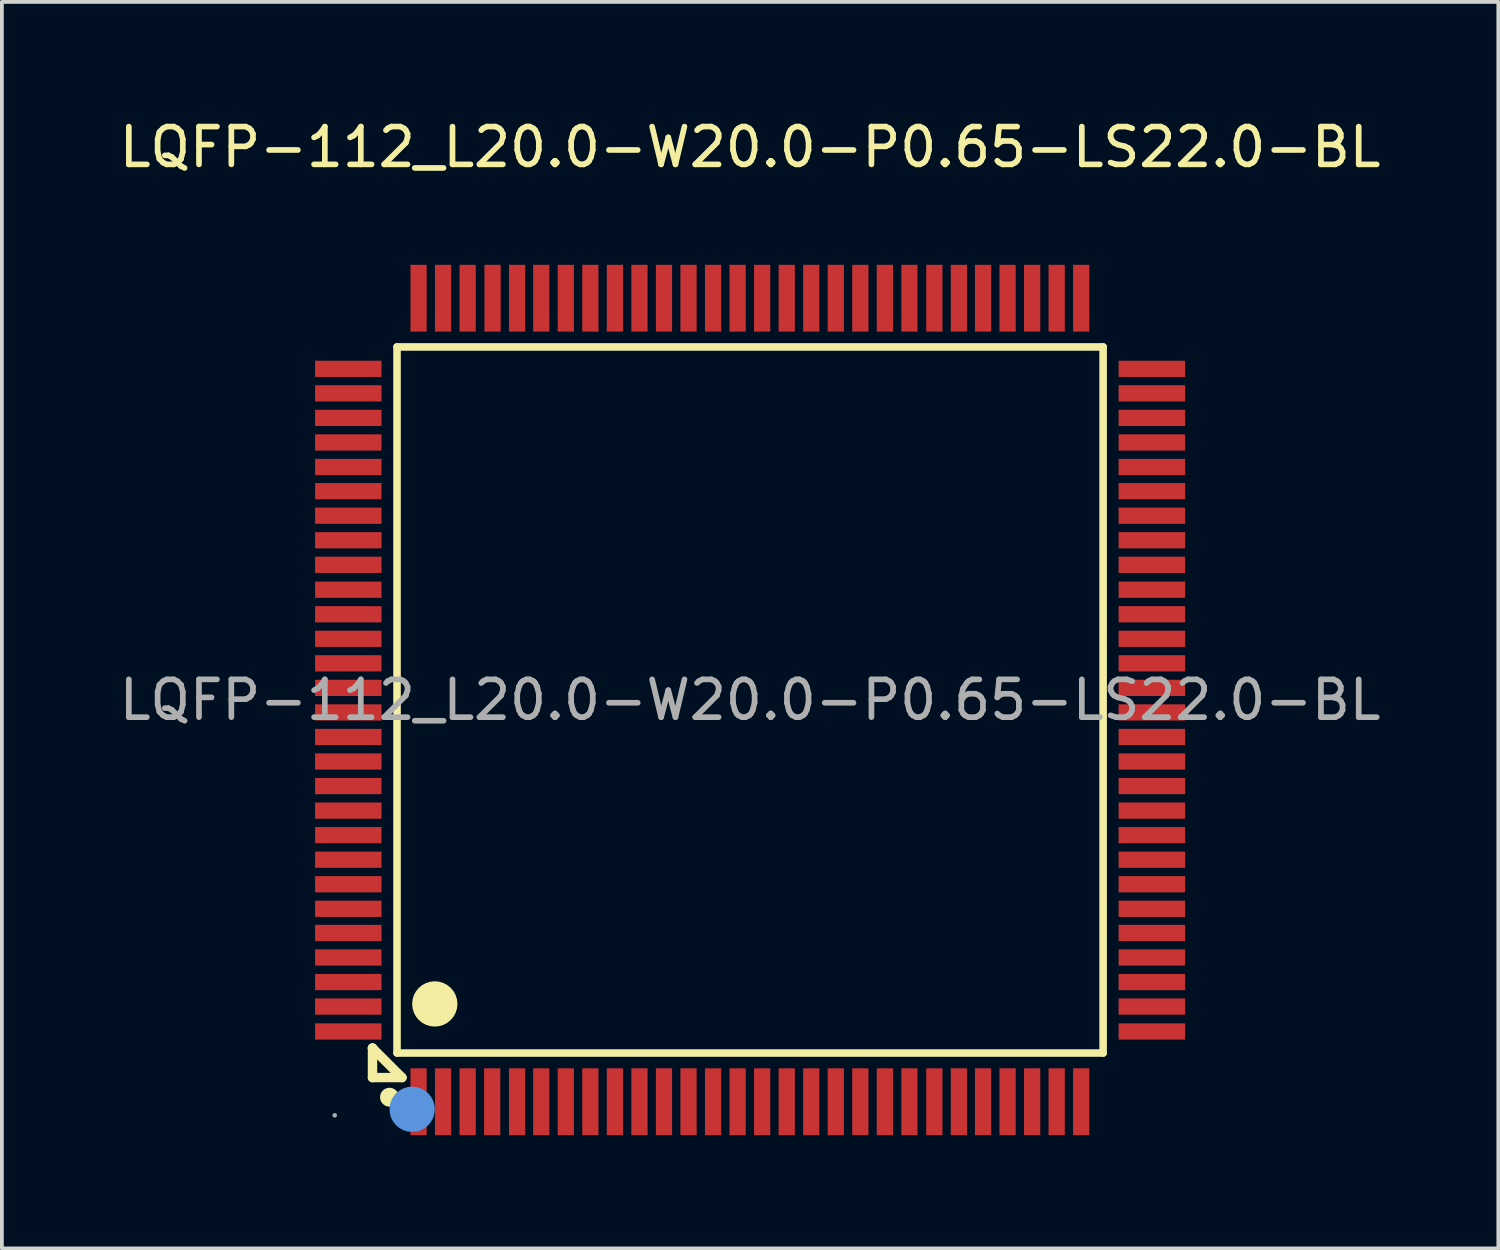
<source format=kicad_pcb>
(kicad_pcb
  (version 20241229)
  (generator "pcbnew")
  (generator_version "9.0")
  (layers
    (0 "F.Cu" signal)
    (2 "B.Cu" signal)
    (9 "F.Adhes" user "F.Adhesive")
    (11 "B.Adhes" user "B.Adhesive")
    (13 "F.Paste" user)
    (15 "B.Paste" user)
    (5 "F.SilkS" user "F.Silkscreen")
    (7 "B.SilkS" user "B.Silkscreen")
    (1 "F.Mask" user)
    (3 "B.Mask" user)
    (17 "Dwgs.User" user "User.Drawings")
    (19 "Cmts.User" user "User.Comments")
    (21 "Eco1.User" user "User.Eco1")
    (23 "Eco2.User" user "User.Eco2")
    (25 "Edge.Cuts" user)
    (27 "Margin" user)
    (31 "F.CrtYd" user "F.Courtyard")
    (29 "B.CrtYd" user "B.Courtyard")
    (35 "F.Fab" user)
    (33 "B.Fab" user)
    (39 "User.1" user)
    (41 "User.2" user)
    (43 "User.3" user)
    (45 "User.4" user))
  (footprint "LQFP-112_L20.0-W20.0-P0.65-LS22.0-BL"
    (layer "F.Cu")
    (at 16.815 15.488)
    (property "Reference" "LQFP-112_L20.0-W20.0-P0.65-LS22.0-BL" (at 0 -14.64 0) (layer "F.SilkS") (effects (font (size 1 1) (thickness 0.15))))
    (attr through_hole)
    (fp_line (start -10 9.22) (end -10 9.22) (stroke (width 0.25) (type solid)) (layer "F.SilkS"))
    (fp_line (start -10 9.22) (end -10 10) (stroke (width 0.25) (type solid)) (layer "F.SilkS"))
    (fp_line (start -10 9.22) (end -9.22 10) (stroke (width 0.25) (type solid)) (layer "F.SilkS"))
    (fp_line (start -10 10) (end -9.22 10) (stroke (width 0.25) (type solid)) (layer "F.SilkS"))
    (fp_line (start -9.35 -9.35) (end -9.35 9.35) (stroke (width 0.2) (type solid)) (layer "F.SilkS"))
    (fp_line (start -9.35 9.35) (end 9.35 9.35) (stroke (width 0.2) (type solid)) (layer "F.SilkS"))
    (fp_line (start 9.35 -9.35) (end -9.35 -9.35) (stroke (width 0.2) (type solid)) (layer "F.SilkS"))
    (fp_line (start 9.35 9.35) (end 9.35 -9.35) (stroke (width 0.2) (type solid)) (layer "F.SilkS"))
    (fp_arc (start -9.55 10.52) (mid -9.55 10.52) (end -9.55 10.52) (stroke (width 0.25) (type solid)) (layer "F.SilkS"))
    (fp_arc (start -8.35 8.05) (mid -8.35 8.05) (end -8.35 8.05) (stroke (width 0.6) (type solid)) (layer "F.SilkS"))
    (fp_circle (center -8.95 10.84) (end -8.65 10.84) (stroke (width 0.6) (type solid)) (fill no) (layer "Cmts.User"))
    (fp_circle (center -11 11) (end -10.97 11) (stroke (width 0.06) (type solid)) (fill no) (layer "F.Fab"))
    (fp_text user "${REFERENCE}" (at 0 0 0) (layer "F.Fab") (effects (font (size 1 1) (thickness 0.15))))
    (pad "1" smd rect (at -8.78 10.64) (size 0.43 1.77) (layers "F.Cu" "F.Mask" "F.Paste"))
    (pad "2" smd rect (at -8.13 10.64) (size 0.43 1.77) (layers "F.Cu" "F.Mask" "F.Paste"))
    (pad "3" smd rect (at -7.48 10.64) (size 0.43 1.77) (layers "F.Cu" "F.Mask" "F.Paste"))
    (pad "4" smd rect (at -6.83 10.64) (size 0.43 1.77) (layers "F.Cu" "F.Mask" "F.Paste"))
    (pad "5" smd rect (at -6.17 10.64) (size 0.43 1.77) (layers "F.Cu" "F.Mask" "F.Paste"))
    (pad "6" smd rect (at -5.53 10.64) (size 0.43 1.77) (layers "F.Cu" "F.Mask" "F.Paste"))
    (pad "7" smd rect (at -4.88 10.64) (size 0.43 1.77) (layers "F.Cu" "F.Mask" "F.Paste"))
    (pad "8" smd rect (at -4.23 10.64) (size 0.43 1.77) (layers "F.Cu" "F.Mask" "F.Paste"))
    (pad "9" smd rect (at -3.58 10.64) (size 0.43 1.77) (layers "F.Cu" "F.Mask" "F.Paste"))
    (pad "10" smd rect (at -2.93 10.64) (size 0.43 1.77) (layers "F.Cu" "F.Mask" "F.Paste"))
    (pad "11" smd rect (at -2.28 10.64) (size 0.43 1.77) (layers "F.Cu" "F.Mask" "F.Paste"))
    (pad "12" smd rect (at -1.63 10.64) (size 0.43 1.77) (layers "F.Cu" "F.Mask" "F.Paste"))
    (pad "13" smd rect (at -0.98 10.64) (size 0.43 1.77) (layers "F.Cu" "F.Mask" "F.Paste"))
    (pad "14" smd rect (at -0.33 10.64) (size 0.43 1.77) (layers "F.Cu" "F.Mask" "F.Paste"))
    (pad "15" smd rect (at 0.32 10.64) (size 0.43 1.77) (layers "F.Cu" "F.Mask" "F.Paste"))
    (pad "16" smd rect (at 0.97 10.64) (size 0.43 1.77) (layers "F.Cu" "F.Mask" "F.Paste"))
    (pad "17" smd rect (at 1.62 10.64) (size 0.43 1.77) (layers "F.Cu" "F.Mask" "F.Paste"))
    (pad "18" smd rect (at 2.27 10.64) (size 0.43 1.77) (layers "F.Cu" "F.Mask" "F.Paste"))
    (pad "19" smd rect (at 2.92 10.64) (size 0.43 1.77) (layers "F.Cu" "F.Mask" "F.Paste"))
    (pad "20" smd rect (at 3.57 10.64) (size 0.43 1.77) (layers "F.Cu" "F.Mask" "F.Paste"))
    (pad "21" smd rect (at 4.22 10.64) (size 0.43 1.77) (layers "F.Cu" "F.Mask" "F.Paste"))
    (pad "22" smd rect (at 4.88 10.64) (size 0.43 1.77) (layers "F.Cu" "F.Mask" "F.Paste"))
    (pad "23" smd rect (at 5.53 10.64) (size 0.43 1.77) (layers "F.Cu" "F.Mask" "F.Paste"))
    (pad "24" smd rect (at 6.17 10.64) (size 0.43 1.77) (layers "F.Cu" "F.Mask" "F.Paste"))
    (pad "25" smd rect (at 6.82 10.64) (size 0.43 1.77) (layers "F.Cu" "F.Mask" "F.Paste"))
    (pad "26" smd rect (at 7.47 10.64) (size 0.43 1.77) (layers "F.Cu" "F.Mask" "F.Paste"))
    (pad "27" smd rect (at 8.12 10.64) (size 0.43 1.77) (layers "F.Cu" "F.Mask" "F.Paste"))
    (pad "28" smd rect (at 8.77 10.64) (size 0.43 1.77) (layers "F.Cu" "F.Mask" "F.Paste"))
    (pad "29" smd rect (at 10.64 8.78) (size 1.76 0.43) (layers "F.Cu" "F.Mask" "F.Paste"))
    (pad "30" smd rect (at 10.64 8.12) (size 1.76 0.43) (layers "F.Cu" "F.Mask" "F.Paste"))
    (pad "31" smd rect (at 10.64 7.47) (size 1.76 0.43) (layers "F.Cu" "F.Mask" "F.Paste"))
    (pad "32" smd rect (at 10.64 6.82) (size 1.76 0.43) (layers "F.Cu" "F.Mask" "F.Paste"))
    (pad "33" smd rect (at 10.64 6.17) (size 1.76 0.43) (layers "F.Cu" "F.Mask" "F.Paste"))
    (pad "34" smd rect (at 10.64 5.53) (size 1.76 0.43) (layers "F.Cu" "F.Mask" "F.Paste"))
    (pad "35" smd rect (at 10.64 4.88) (size 1.76 0.43) (layers "F.Cu" "F.Mask" "F.Paste"))
    (pad "36" smd rect (at 10.64 4.23) (size 1.76 0.43) (layers "F.Cu" "F.Mask" "F.Paste"))
    (pad "37" smd rect (at 10.64 3.58) (size 1.76 0.43) (layers "F.Cu" "F.Mask" "F.Paste"))
    (pad "38" smd rect (at 10.64 2.93) (size 1.76 0.43) (layers "F.Cu" "F.Mask" "F.Paste"))
    (pad "39" smd rect (at 10.64 2.28) (size 1.76 0.43) (layers "F.Cu" "F.Mask" "F.Paste"))
    (pad "40" smd rect (at 10.64 1.63) (size 1.76 0.43) (layers "F.Cu" "F.Mask" "F.Paste"))
    (pad "41" smd rect (at 10.64 0.98) (size 1.76 0.43) (layers "F.Cu" "F.Mask" "F.Paste"))
    (pad "42" smd rect (at 10.64 0.33) (size 1.76 0.43) (layers "F.Cu" "F.Mask" "F.Paste"))
    (pad "43" smd rect (at 10.64 -0.32) (size 1.76 0.43) (layers "F.Cu" "F.Mask" "F.Paste"))
    (pad "44" smd rect (at 10.64 -0.97) (size 1.76 0.43) (layers "F.Cu" "F.Mask" "F.Paste"))
    (pad "45" smd rect (at 10.64 -1.62) (size 1.76 0.43) (layers "F.Cu" "F.Mask" "F.Paste"))
    (pad "46" smd rect (at 10.64 -2.27) (size 1.76 0.43) (layers "F.Cu" "F.Mask" "F.Paste"))
    (pad "47" smd rect (at 10.64 -2.92) (size 1.76 0.43) (layers "F.Cu" "F.Mask" "F.Paste"))
    (pad "48" smd rect (at 10.64 -3.58) (size 1.76 0.43) (layers "F.Cu" "F.Mask" "F.Paste"))
    (pad "49" smd rect (at 10.64 -4.23) (size 1.76 0.43) (layers "F.Cu" "F.Mask" "F.Paste"))
    (pad "50" smd rect (at 10.64 -4.88) (size 1.76 0.43) (layers "F.Cu" "F.Mask" "F.Paste"))
    (pad "51" smd rect (at 10.64 -5.53) (size 1.76 0.43) (layers "F.Cu" "F.Mask" "F.Paste"))
    (pad "52" smd rect (at 10.64 -6.17) (size 1.76 0.43) (layers "F.Cu" "F.Mask" "F.Paste"))
    (pad "53" smd rect (at 10.64 -6.82) (size 1.76 0.43) (layers "F.Cu" "F.Mask" "F.Paste"))
    (pad "54" smd rect (at 10.64 -7.47) (size 1.76 0.43) (layers "F.Cu" "F.Mask" "F.Paste"))
    (pad "55" smd rect (at 10.64 -8.12) (size 1.76 0.43) (layers "F.Cu" "F.Mask" "F.Paste"))
    (pad "56" smd rect (at 10.64 -8.77) (size 1.76 0.43) (layers "F.Cu" "F.Mask" "F.Paste"))
    (pad "57" smd rect (at 8.77 -10.64) (size 0.43 1.77) (layers "F.Cu" "F.Mask" "F.Paste"))
    (pad "58" smd rect (at 8.12 -10.64) (size 0.43 1.77) (layers "F.Cu" "F.Mask" "F.Paste"))
    (pad "59" smd rect (at 7.47 -10.64) (size 0.43 1.77) (layers "F.Cu" "F.Mask" "F.Paste"))
    (pad "60" smd rect (at 6.82 -10.64) (size 0.43 1.77) (layers "F.Cu" "F.Mask" "F.Paste"))
    (pad "61" smd rect (at 6.17 -10.64) (size 0.43 1.77) (layers "F.Cu" "F.Mask" "F.Paste"))
    (pad "62" smd rect (at 5.53 -10.64) (size 0.43 1.77) (layers "F.Cu" "F.Mask" "F.Paste"))
    (pad "63" smd rect (at 4.88 -10.64) (size 0.43 1.77) (layers "F.Cu" "F.Mask" "F.Paste"))
    (pad "64" smd rect (at 4.22 -10.64) (size 0.43 1.77) (layers "F.Cu" "F.Mask" "F.Paste"))
    (pad "65" smd rect (at 3.57 -10.64) (size 0.43 1.77) (layers "F.Cu" "F.Mask" "F.Paste"))
    (pad "66" smd rect (at 2.92 -10.64) (size 0.43 1.77) (layers "F.Cu" "F.Mask" "F.Paste"))
    (pad "67" smd rect (at 2.27 -10.64) (size 0.43 1.77) (layers "F.Cu" "F.Mask" "F.Paste"))
    (pad "68" smd rect (at 1.62 -10.64) (size 0.43 1.77) (layers "F.Cu" "F.Mask" "F.Paste"))
    (pad "69" smd rect (at 0.97 -10.64) (size 0.43 1.77) (layers "F.Cu" "F.Mask" "F.Paste"))
    (pad "70" smd rect (at 0.32 -10.64) (size 0.43 1.77) (layers "F.Cu" "F.Mask" "F.Paste"))
    (pad "71" smd rect (at -0.33 -10.64) (size 0.43 1.77) (layers "F.Cu" "F.Mask" "F.Paste"))
    (pad "72" smd rect (at -0.98 -10.64) (size 0.43 1.77) (layers "F.Cu" "F.Mask" "F.Paste"))
    (pad "73" smd rect (at -1.63 -10.64) (size 0.43 1.77) (layers "F.Cu" "F.Mask" "F.Paste"))
    (pad "74" smd rect (at -2.28 -10.64) (size 0.43 1.77) (layers "F.Cu" "F.Mask" "F.Paste"))
    (pad "75" smd rect (at -2.93 -10.64) (size 0.43 1.77) (layers "F.Cu" "F.Mask" "F.Paste"))
    (pad "76" smd rect (at -3.58 -10.64) (size 0.43 1.77) (layers "F.Cu" "F.Mask" "F.Paste"))
    (pad "77" smd rect (at -4.23 -10.64) (size 0.43 1.77) (layers "F.Cu" "F.Mask" "F.Paste"))
    (pad "78" smd rect (at -4.88 -10.64) (size 0.43 1.77) (layers "F.Cu" "F.Mask" "F.Paste"))
    (pad "79" smd rect (at -5.53 -10.64) (size 0.43 1.77) (layers "F.Cu" "F.Mask" "F.Paste"))
    (pad "80" smd rect (at -6.17 -10.64) (size 0.43 1.77) (layers "F.Cu" "F.Mask" "F.Paste"))
    (pad "81" smd rect (at -6.82 -10.64) (size 0.43 1.77) (layers "F.Cu" "F.Mask" "F.Paste"))
    (pad "82" smd rect (at -7.48 -10.64) (size 0.43 1.77) (layers "F.Cu" "F.Mask" "F.Paste"))
    (pad "83" smd rect (at -8.13 -10.64) (size 0.43 1.77) (layers "F.Cu" "F.Mask" "F.Paste"))
    (pad "84" smd rect (at -8.78 -10.64) (size 0.43 1.77) (layers "F.Cu" "F.Mask" "F.Paste"))
    (pad "85" smd rect (at -10.64 -8.77) (size 1.76 0.43) (layers "F.Cu" "F.Mask" "F.Paste"))
    (pad "86" smd rect (at -10.64 -8.12) (size 1.76 0.43) (layers "F.Cu" "F.Mask" "F.Paste"))
    (pad "87" smd rect (at -10.64 -7.47) (size 1.76 0.43) (layers "F.Cu" "F.Mask" "F.Paste"))
    (pad "88" smd rect (at -10.64 -6.82) (size 1.76 0.43) (layers "F.Cu" "F.Mask" "F.Paste"))
    (pad "89" smd rect (at -10.64 -6.17) (size 1.76 0.43) (layers "F.Cu" "F.Mask" "F.Paste"))
    (pad "90" smd rect (at -10.64 -5.53) (size 1.76 0.43) (layers "F.Cu" "F.Mask" "F.Paste"))
    (pad "91" smd rect (at -10.64 -4.88) (size 1.76 0.43) (layers "F.Cu" "F.Mask" "F.Paste"))
    (pad "92" smd rect (at -10.64 -4.23) (size 1.76 0.43) (layers "F.Cu" "F.Mask" "F.Paste"))
    (pad "93" smd rect (at -10.64 -3.58) (size 1.76 0.43) (layers "F.Cu" "F.Mask" "F.Paste"))
    (pad "94" smd rect (at -10.64 -2.92) (size 1.76 0.43) (layers "F.Cu" "F.Mask" "F.Paste"))
    (pad "95" smd rect (at -10.64 -2.27) (size 1.76 0.43) (layers "F.Cu" "F.Mask" "F.Paste"))
    (pad "96" smd rect (at -10.64 -1.62) (size 1.76 0.43) (layers "F.Cu" "F.Mask" "F.Paste"))
    (pad "97" smd rect (at -10.64 -0.97) (size 1.76 0.43) (layers "F.Cu" "F.Mask" "F.Paste"))
    (pad "98" smd rect (at -10.64 -0.32) (size 1.76 0.43) (layers "F.Cu" "F.Mask" "F.Paste"))
    (pad "99" smd rect (at -10.64 0.33) (size 1.76 0.43) (layers "F.Cu" "F.Mask" "F.Paste"))
    (pad "100" smd rect (at -10.64 0.98) (size 1.76 0.43) (layers "F.Cu" "F.Mask" "F.Paste"))
    (pad "101" smd rect (at -10.64 1.63) (size 1.76 0.43) (layers "F.Cu" "F.Mask" "F.Paste"))
    (pad "102" smd rect (at -10.64 2.28) (size 1.76 0.43) (layers "F.Cu" "F.Mask" "F.Paste"))
    (pad "103" smd rect (at -10.64 2.93) (size 1.76 0.43) (layers "F.Cu" "F.Mask" "F.Paste"))
    (pad "104" smd rect (at -10.64 3.58) (size 1.76 0.43) (layers "F.Cu" "F.Mask" "F.Paste"))
    (pad "105" smd rect (at -10.64 4.23) (size 1.76 0.43) (layers "F.Cu" "F.Mask" "F.Paste"))
    (pad "106" smd rect (at -10.64 4.88) (size 1.76 0.43) (layers "F.Cu" "F.Mask" "F.Paste"))
    (pad "107" smd rect (at -10.64 5.53) (size 1.76 0.43) (layers "F.Cu" "F.Mask" "F.Paste"))
    (pad "108" smd rect (at -10.64 6.17) (size 1.76 0.43) (layers "F.Cu" "F.Mask" "F.Paste"))
    (pad "109" smd rect (at -10.64 6.82) (size 1.76 0.43) (layers "F.Cu" "F.Mask" "F.Paste"))
    (pad "110" smd rect (at -10.64 7.47) (size 1.76 0.43) (layers "F.Cu" "F.Mask" "F.Paste"))
    (pad "111" smd rect (at -10.64 8.12) (size 1.76 0.43) (layers "F.Cu" "F.Mask" "F.Paste"))
    (pad "112" smd rect (at -10.64 8.78) (size 1.76 0.43) (layers "F.Cu" "F.Mask" "F.Paste")))
  (gr_rect
    (start -3 -3)
    (end 36.631 30.013)
    (stroke (width 0.1) (type default))
    (fill no)
    (layer "Edge.Cuts")))
</source>
